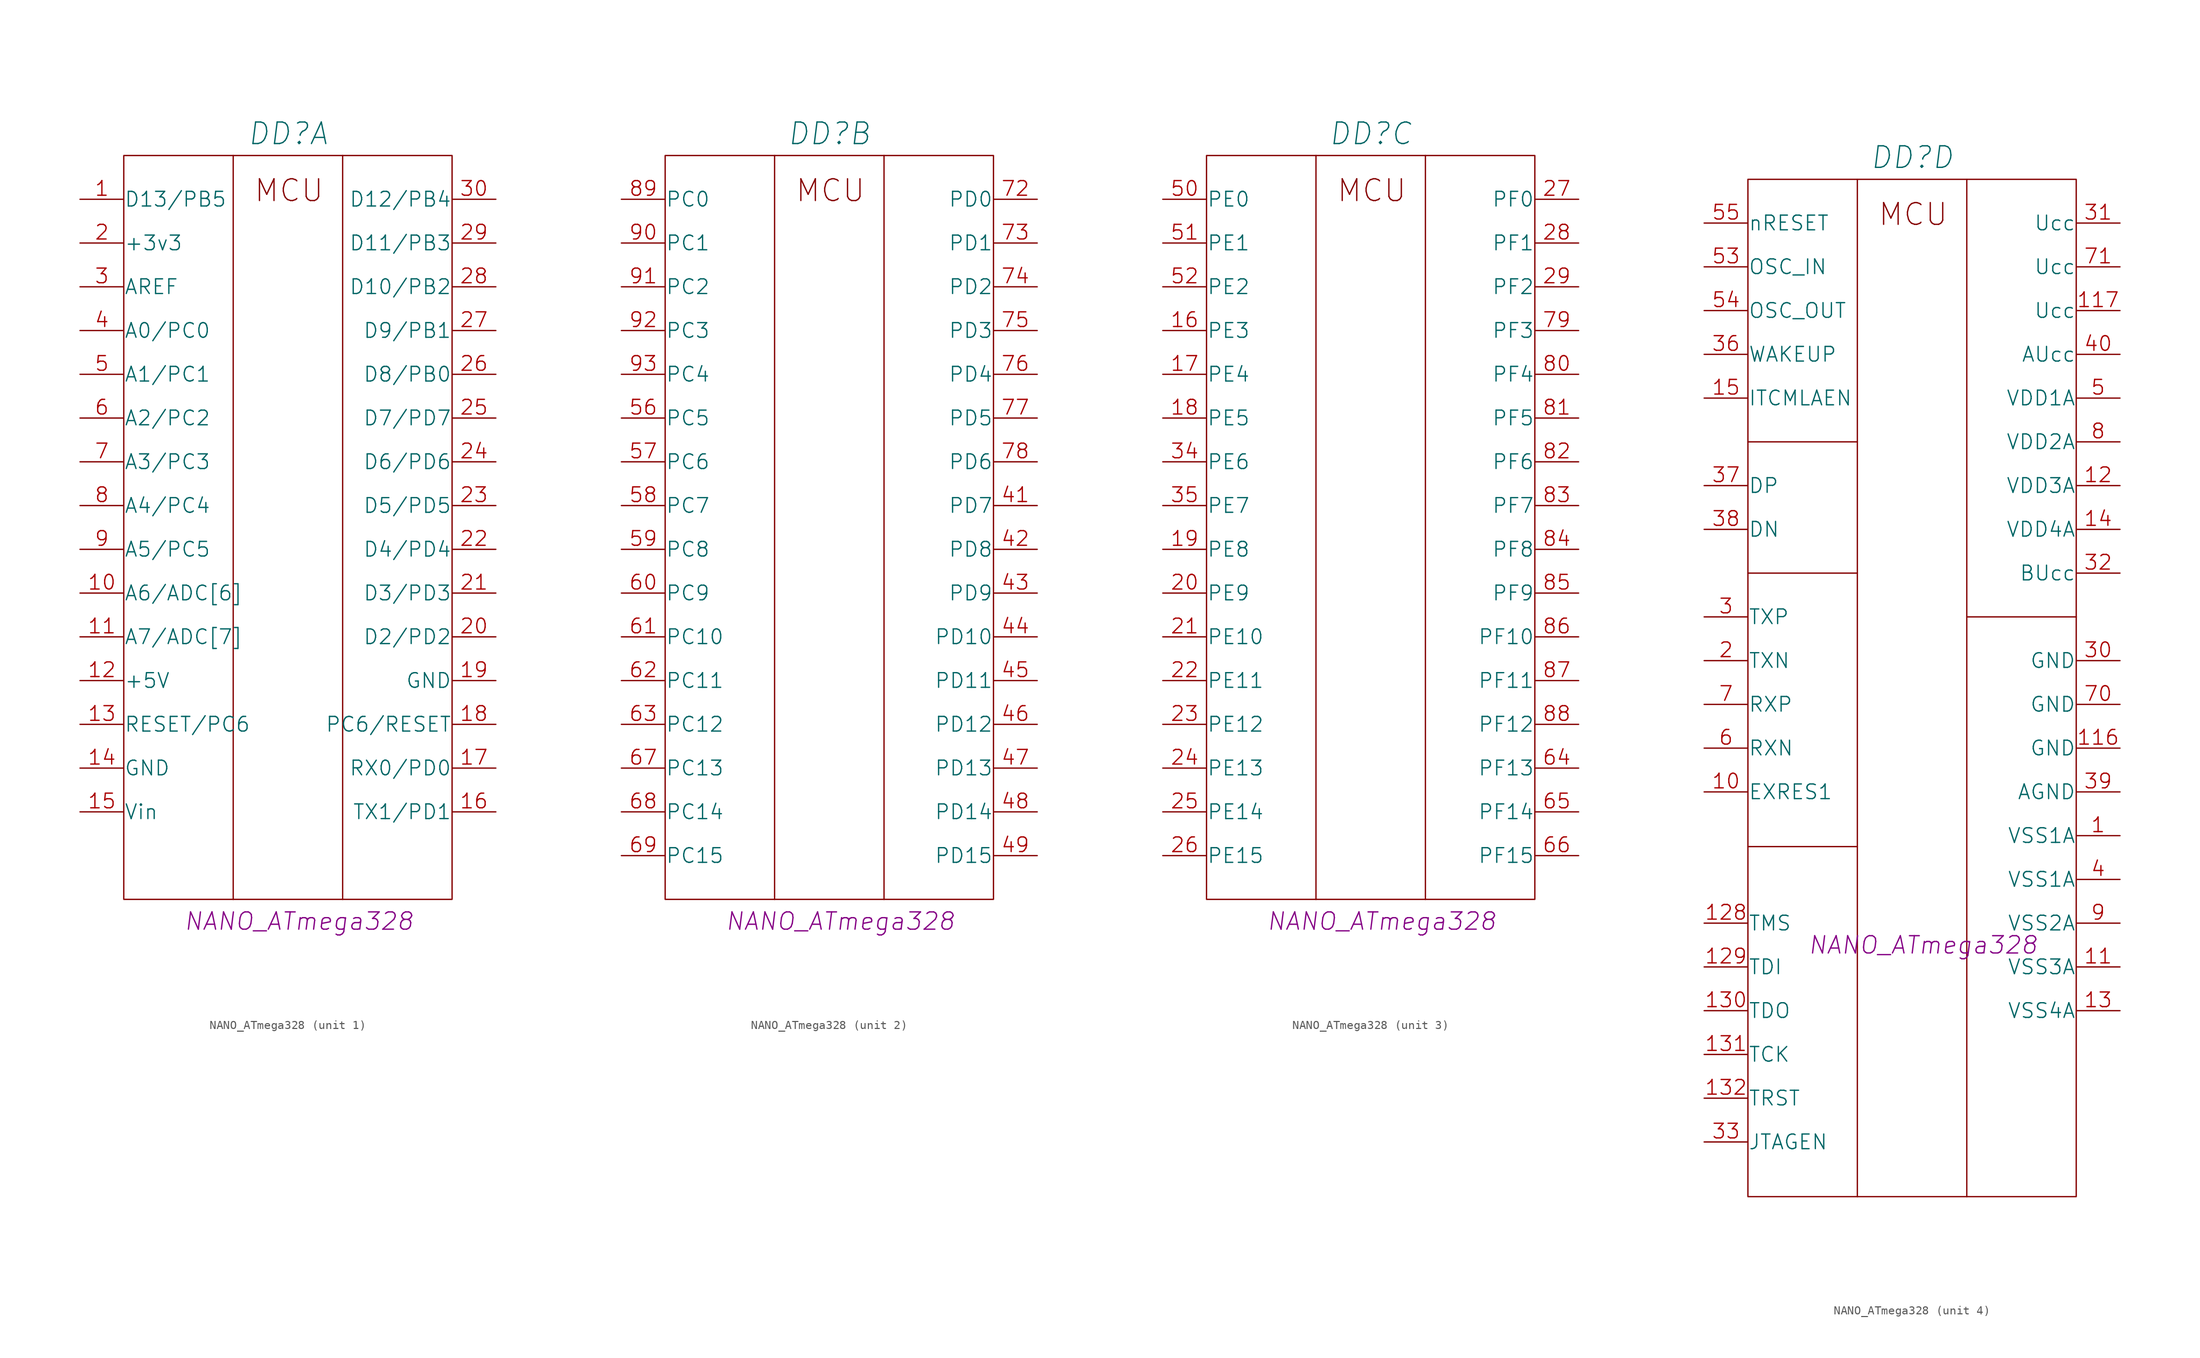
<source format=kicad_sym>
(kicad_symbol_lib
  (version 20201005)
  (generator kicad_symbol_editor)
  (symbol "power_modules:NANO_ATmega328"
    (pin_names
      (offset 0.025))
    (property "Reference" "DD"
      (at 24.13 7.62 0)
      (effects (font (size 2.501 2.501) italic)))
    (property "ValueName" "NANO_ATmega328"
      (at 25.4 -83.82 0)
      (effects (font (size 2.007 2.007) italic)))
    (property "ki_locked" ""
      (at 0 0 0)
      (effects (font (size 1.27 1.27))))
    (symbol "NANO_ATmega328_0_0"
      (text "MCU" (at 24.257 1.016 0) (effects (font (size 2.527 2.527)))))
    (symbol "NANO_ATmega328_1_1"
      (rectangle (start 5.08 -81.28) (end 43.18 5.08) (stroke (width 0)) (fill (type none)))
      (polyline (pts (xy 30.48 5.08) (xy 30.48 -81.28)) (stroke (width 0)) (fill (type none)))
      (polyline (pts (xy 17.78 5.08) (xy 17.78 -17.78) (xy 17.78 -74.93) (xy 17.78 -81.28)) (stroke (width 0)) (fill (type none)))
      (pin bidirectional line (at 48.26 -45.72 180) (length 5.08) (name "D3/PD3" (effects (font (size 1.702 1.702)))) (number "21" (effects (font (size 1.702 1.702)))))
      (pin bidirectional line (at 48.26 -40.64 180) (length 5.08) (name "D4/PD4" (effects (font (size 1.702 1.702)))) (number "22" (effects (font (size 1.702 1.702)))))
      (pin bidirectional line (at 48.26 -35.56 180) (length 5.08) (name "D5/PD5" (effects (font (size 1.702 1.702)))) (number "23" (effects (font (size 1.702 1.702)))))
      (pin bidirectional line (at 48.26 -30.48 180) (length 5.08) (name "D6/PD6" (effects (font (size 1.702 1.702)))) (number "24" (effects (font (size 1.702 1.702)))))
      (pin bidirectional line (at 48.26 -25.4 180) (length 5.08) (name "D7/PD7" (effects (font (size 1.702 1.702)))) (number "25" (effects (font (size 1.702 1.702)))))
      (pin bidirectional line (at 48.26 -20.32 180) (length 5.08) (name "D8/PB0" (effects (font (size 1.702 1.702)))) (number "26" (effects (font (size 1.702 1.702)))))
      (pin bidirectional line (at 48.26 -15.24 180) (length 5.08) (name "D9/PB1" (effects (font (size 1.702 1.702)))) (number "27" (effects (font (size 1.702 1.702)))))
      (pin bidirectional line (at 48.26 -10.16 180) (length 5.08) (name "D10/PB2" (effects (font (size 1.702 1.702)))) (number "28" (effects (font (size 1.702 1.702)))))
      (pin bidirectional line (at 48.26 -5.08 180) (length 5.08) (name "D11/PB3" (effects (font (size 1.702 1.702)))) (number "29" (effects (font (size 1.702 1.702)))))
      (pin bidirectional line (at 48.26 0 180) (length 5.08) (name "D12/PB4" (effects (font (size 1.702 1.702)))) (number "30" (effects (font (size 1.702 1.702)))))
      (pin bidirectional line (at 0 -71.12 0) (length 5.08) (name "Vin" (effects (font (size 1.702 1.702)))) (number "15" (effects (font (size 1.702 1.702)))))
      (pin bidirectional line (at 0 -66.04 0) (length 5.08) (name "GND" (effects (font (size 1.702 1.702)))) (number "14" (effects (font (size 1.702 1.702)))))
      (pin bidirectional line (at 0 -60.96 0) (length 5.08) (name "RESET/PC6" (effects (font (size 1.702 1.702)))) (number "13" (effects (font (size 1.702 1.702)))))
      (pin bidirectional line (at 0 -55.88 0) (length 5.08) (name "+5V" (effects (font (size 1.702 1.702)))) (number "12" (effects (font (size 1.702 1.702)))))
      (pin bidirectional line (at 0 -50.8 0) (length 5.08) (name "A7/ADC[7]" (effects (font (size 1.702 1.702)))) (number "11" (effects (font (size 1.702 1.702)))))
      (pin bidirectional line (at 0 -45.72 0) (length 5.08) (name "A6/ADC[6]" (effects (font (size 1.702 1.702)))) (number "10" (effects (font (size 1.702 1.702)))))
      (pin bidirectional line (at 0 -40.64 0) (length 5.08) (name "A5/PC5" (effects (font (size 1.702 1.702)))) (number "9" (effects (font (size 1.702 1.702)))))
      (pin bidirectional line (at 0 -35.56 0) (length 5.08) (name "A4/PC4" (effects (font (size 1.702 1.702)))) (number "8" (effects (font (size 1.702 1.702)))))
      (pin bidirectional line (at 0 -30.48 0) (length 5.08) (name "A3/PC3" (effects (font (size 1.702 1.702)))) (number "7" (effects (font (size 1.702 1.702)))))
      (pin bidirectional line (at 0 -25.4 0) (length 5.08) (name "A2/PC2" (effects (font (size 1.702 1.702)))) (number "6" (effects (font (size 1.702 1.702)))))
      (pin bidirectional line (at 0 -20.32 0) (length 5.08) (name "A1/PC1" (effects (font (size 1.702 1.702)))) (number "5" (effects (font (size 1.702 1.702)))))
      (pin bidirectional line (at 0 -15.24 0) (length 5.08) (name "A0/PC0" (effects (font (size 1.702 1.702)))) (number "4" (effects (font (size 1.702 1.702)))))
      (pin bidirectional line (at 0 -10.16 0) (length 5.08) (name "AREF" (effects (font (size 1.702 1.702)))) (number "3" (effects (font (size 1.702 1.702)))))
      (pin bidirectional line (at 0 -5.08 0) (length 5.08) (name "+3v3" (effects (font (size 1.702 1.702)))) (number "2" (effects (font (size 1.702 1.702)))))
      (pin bidirectional line (at 0 0 0) (length 5.08) (name "D13/PB5" (effects (font (size 1.702 1.702)))) (number "1" (effects (font (size 1.702 1.702)))))
      (pin bidirectional line (at 48.26 -71.12 180) (length 5.08) (name "TX1/PD1" (effects (font (size 1.702 1.702)))) (number "16" (effects (font (size 1.702 1.702)))))
      (pin bidirectional line (at 48.26 -66.04 180) (length 5.08) (name "RX0/PD0" (effects (font (size 1.702 1.702)))) (number "17" (effects (font (size 1.702 1.702)))))
      (pin bidirectional line (at 48.26 -60.96 180) (length 5.08) (name "PC6/RESET" (effects (font (size 1.702 1.702)))) (number "18" (effects (font (size 1.702 1.702)))))
      (pin bidirectional line (at 48.26 -55.88 180) (length 5.08) (name "GND" (effects (font (size 1.702 1.702)))) (number "19" (effects (font (size 1.702 1.702)))))
      (pin bidirectional line (at 48.26 -50.8 180) (length 5.08) (name "D2/PD2" (effects (font (size 1.702 1.702)))) (number "20" (effects (font (size 1.702 1.702))))))
    (symbol "NANO_ATmega328_2_1"
      (rectangle (start 5.08 -81.28) (end 43.18 5.08) (stroke (width 0)) (fill (type none)))
      (polyline (pts (xy 30.48 5.08) (xy 30.48 -81.28)) (stroke (width 0)) (fill (type none)))
      (polyline (pts (xy 17.78 5.08) (xy 17.78 -74.93) (xy 17.78 -81.28)) (stroke (width 0)) (fill (type none)))
      (pin bidirectional line (at 48.26 -35.56 180) (length 5.08) (name "PD7" (effects (font (size 1.702 1.702)))) (number "41" (effects (font (size 1.702 1.702)))))
      (pin bidirectional line (at 48.26 -40.64 180) (length 5.08) (name "PD8" (effects (font (size 1.702 1.702)))) (number "42" (effects (font (size 1.702 1.702)))))
      (pin bidirectional line (at 48.26 -45.72 180) (length 5.08) (name "PD9" (effects (font (size 1.702 1.702)))) (number "43" (effects (font (size 1.702 1.702)))))
      (pin bidirectional line (at 48.26 -50.8 180) (length 5.08) (name "PD10" (effects (font (size 1.702 1.702)))) (number "44" (effects (font (size 1.702 1.702)))))
      (pin bidirectional line (at 48.26 -55.88 180) (length 5.08) (name "PD11" (effects (font (size 1.702 1.702)))) (number "45" (effects (font (size 1.702 1.702)))))
      (pin bidirectional line (at 48.26 -60.96 180) (length 5.08) (name "PD12" (effects (font (size 1.702 1.702)))) (number "46" (effects (font (size 1.702 1.702)))))
      (pin bidirectional line (at 48.26 -66.04 180) (length 5.08) (name "PD13" (effects (font (size 1.702 1.702)))) (number "47" (effects (font (size 1.702 1.702)))))
      (pin bidirectional line (at 48.26 -71.12 180) (length 5.08) (name "PD14" (effects (font (size 1.702 1.702)))) (number "48" (effects (font (size 1.702 1.702)))))
      (pin bidirectional line (at 48.26 -76.2 180) (length 5.08) (name "PD15" (effects (font (size 1.702 1.702)))) (number "49" (effects (font (size 1.702 1.702)))))
      (pin bidirectional line (at 0 -25.4 0) (length 5.08) (name "PC5" (effects (font (size 1.702 1.702)))) (number "56" (effects (font (size 1.702 1.702)))))
      (pin bidirectional line (at 0 -30.48 0) (length 5.08) (name "PC6" (effects (font (size 1.702 1.702)))) (number "57" (effects (font (size 1.702 1.702)))))
      (pin bidirectional line (at 0 -35.56 0) (length 5.08) (name "PC7" (effects (font (size 1.702 1.702)))) (number "58" (effects (font (size 1.702 1.702)))))
      (pin bidirectional line (at 0 -40.64 0) (length 5.08) (name "PC8" (effects (font (size 1.702 1.702)))) (number "59" (effects (font (size 1.702 1.702)))))
      (pin bidirectional line (at 0 -45.72 0) (length 5.08) (name "PC9" (effects (font (size 1.702 1.702)))) (number "60" (effects (font (size 1.702 1.702)))))
      (pin bidirectional line (at 0 -50.8 0) (length 5.08) (name "PC10" (effects (font (size 1.702 1.702)))) (number "61" (effects (font (size 1.702 1.702)))))
      (pin bidirectional line (at 0 -55.88 0) (length 5.08) (name "PC11" (effects (font (size 1.702 1.702)))) (number "62" (effects (font (size 1.702 1.702)))))
      (pin bidirectional line (at 0 -60.96 0) (length 5.08) (name "PC12" (effects (font (size 1.702 1.702)))) (number "63" (effects (font (size 1.702 1.702)))))
      (pin bidirectional line (at 0 -66.04 0) (length 5.08) (name "PC13" (effects (font (size 1.702 1.702)))) (number "67" (effects (font (size 1.702 1.702)))))
      (pin bidirectional line (at 0 -71.12 0) (length 5.08) (name "PC14" (effects (font (size 1.702 1.702)))) (number "68" (effects (font (size 1.702 1.702)))))
      (pin bidirectional line (at 0 -76.2 0) (length 5.08) (name "PC15" (effects (font (size 1.702 1.702)))) (number "69" (effects (font (size 1.702 1.702)))))
      (pin bidirectional line (at 48.26 0 180) (length 5.08) (name "PD0" (effects (font (size 1.702 1.702)))) (number "72" (effects (font (size 1.702 1.702)))))
      (pin bidirectional line (at 48.26 -5.08 180) (length 5.08) (name "PD1" (effects (font (size 1.702 1.702)))) (number "73" (effects (font (size 1.702 1.702)))))
      (pin bidirectional line (at 48.26 -10.16 180) (length 5.08) (name "PD2" (effects (font (size 1.702 1.702)))) (number "74" (effects (font (size 1.702 1.702)))))
      (pin bidirectional line (at 48.26 -15.24 180) (length 5.08) (name "PD3" (effects (font (size 1.702 1.702)))) (number "75" (effects (font (size 1.702 1.702)))))
      (pin bidirectional line (at 48.26 -20.32 180) (length 5.08) (name "PD4" (effects (font (size 1.702 1.702)))) (number "76" (effects (font (size 1.702 1.702)))))
      (pin bidirectional line (at 48.26 -25.4 180) (length 5.08) (name "PD5" (effects (font (size 1.702 1.702)))) (number "77" (effects (font (size 1.702 1.702)))))
      (pin bidirectional line (at 48.26 -30.48 180) (length 5.08) (name "PD6" (effects (font (size 1.702 1.702)))) (number "78" (effects (font (size 1.702 1.702)))))
      (pin bidirectional line (at 0 0 0) (length 5.08) (name "PC0" (effects (font (size 1.702 1.702)))) (number "89" (effects (font (size 1.702 1.702)))))
      (pin bidirectional line (at 0 -5.08 0) (length 5.08) (name "PC1" (effects (font (size 1.702 1.702)))) (number "90" (effects (font (size 1.702 1.702)))))
      (pin bidirectional line (at 0 -10.16 0) (length 5.08) (name "PC2" (effects (font (size 1.702 1.702)))) (number "91" (effects (font (size 1.702 1.702)))))
      (pin bidirectional line (at 0 -15.24 0) (length 5.08) (name "PC3" (effects (font (size 1.702 1.702)))) (number "92" (effects (font (size 1.702 1.702)))))
      (pin bidirectional line (at 0 -20.32 0) (length 5.08) (name "PC4" (effects (font (size 1.702 1.702)))) (number "93" (effects (font (size 1.702 1.702))))))
    (symbol "NANO_ATmega328_3_1"
      (rectangle (start 5.08 -81.28) (end 43.18 5.08) (stroke (width 0)) (fill (type none)))
      (polyline (pts (xy 30.48 5.08) (xy 30.48 -81.28)) (stroke (width 0)) (fill (type none)))
      (polyline (pts (xy 17.78 5.08) (xy 17.78 -55.88) (xy 17.78 -81.28)) (stroke (width 0)) (fill (type none)))
      (pin bidirectional line (at 0 -15.24 0) (length 5.08) (name "PE3" (effects (font (size 1.702 1.702)))) (number "16" (effects (font (size 1.702 1.702)))))
      (pin bidirectional line (at 0 -20.32 0) (length 5.08) (name "PE4" (effects (font (size 1.702 1.702)))) (number "17" (effects (font (size 1.702 1.702)))))
      (pin bidirectional line (at 0 -25.4 0) (length 5.08) (name "PE5" (effects (font (size 1.702 1.702)))) (number "18" (effects (font (size 1.702 1.702)))))
      (pin bidirectional line (at 0 -40.64 0) (length 5.08) (name "PE8" (effects (font (size 1.702 1.702)))) (number "19" (effects (font (size 1.702 1.702)))))
      (pin bidirectional line (at 0 -45.72 0) (length 5.08) (name "PE9" (effects (font (size 1.702 1.702)))) (number "20" (effects (font (size 1.702 1.702)))))
      (pin bidirectional line (at 0 -50.8 0) (length 5.08) (name "PE10" (effects (font (size 1.702 1.702)))) (number "21" (effects (font (size 1.702 1.702)))))
      (pin bidirectional line (at 0 -55.88 0) (length 5.08) (name "PE11" (effects (font (size 1.702 1.702)))) (number "22" (effects (font (size 1.702 1.702)))))
      (pin bidirectional line (at 0 -60.96 0) (length 5.08) (name "PE12" (effects (font (size 1.702 1.702)))) (number "23" (effects (font (size 1.702 1.702)))))
      (pin bidirectional line (at 0 -66.04 0) (length 5.08) (name "PE13" (effects (font (size 1.702 1.702)))) (number "24" (effects (font (size 1.702 1.702)))))
      (pin bidirectional line (at 0 -71.12 0) (length 5.08) (name "PE14" (effects (font (size 1.702 1.702)))) (number "25" (effects (font (size 1.702 1.702)))))
      (pin bidirectional line (at 0 -76.2 0) (length 5.08) (name "PE15" (effects (font (size 1.702 1.702)))) (number "26" (effects (font (size 1.702 1.702)))))
      (pin bidirectional line (at 48.26 0 180) (length 5.08) (name "PF0" (effects (font (size 1.702 1.702)))) (number "27" (effects (font (size 1.702 1.702)))))
      (pin bidirectional line (at 48.26 -5.08 180) (length 5.08) (name "PF1" (effects (font (size 1.702 1.702)))) (number "28" (effects (font (size 1.702 1.702)))))
      (pin bidirectional line (at 48.26 -10.16 180) (length 5.08) (name "PF2" (effects (font (size 1.702 1.702)))) (number "29" (effects (font (size 1.702 1.702)))))
      (pin bidirectional line (at 0 -30.48 0) (length 5.08) (name "PE6" (effects (font (size 1.702 1.702)))) (number "34" (effects (font (size 1.702 1.702)))))
      (pin bidirectional line (at 0 -35.56 0) (length 5.08) (name "PE7" (effects (font (size 1.702 1.702)))) (number "35" (effects (font (size 1.702 1.702)))))
      (pin bidirectional line (at 0 0 0) (length 5.08) (name "PE0" (effects (font (size 1.702 1.702)))) (number "50" (effects (font (size 1.702 1.702)))))
      (pin bidirectional line (at 0 -5.08 0) (length 5.08) (name "PE1" (effects (font (size 1.702 1.702)))) (number "51" (effects (font (size 1.702 1.702)))))
      (pin bidirectional line (at 0 -10.16 0) (length 5.08) (name "PE2" (effects (font (size 1.702 1.702)))) (number "52" (effects (font (size 1.702 1.702)))))
      (pin bidirectional line (at 48.26 -66.04 180) (length 5.08) (name "PF13" (effects (font (size 1.702 1.702)))) (number "64" (effects (font (size 1.702 1.702)))))
      (pin bidirectional line (at 48.26 -71.12 180) (length 5.08) (name "PF14" (effects (font (size 1.702 1.702)))) (number "65" (effects (font (size 1.702 1.702)))))
      (pin bidirectional line (at 48.26 -76.2 180) (length 5.08) (name "PF15" (effects (font (size 1.702 1.702)))) (number "66" (effects (font (size 1.702 1.702)))))
      (pin bidirectional line (at 48.26 -15.24 180) (length 5.08) (name "PF3" (effects (font (size 1.702 1.702)))) (number "79" (effects (font (size 1.702 1.702)))))
      (pin bidirectional line (at 48.26 -20.32 180) (length 5.08) (name "PF4" (effects (font (size 1.702 1.702)))) (number "80" (effects (font (size 1.702 1.702)))))
      (pin bidirectional line (at 48.26 -25.4 180) (length 5.08) (name "PF5" (effects (font (size 1.702 1.702)))) (number "81" (effects (font (size 1.702 1.702)))))
      (pin bidirectional line (at 48.26 -30.48 180) (length 5.08) (name "PF6" (effects (font (size 1.702 1.702)))) (number "82" (effects (font (size 1.702 1.702)))))
      (pin bidirectional line (at 48.26 -35.56 180) (length 5.08) (name "PF7" (effects (font (size 1.702 1.702)))) (number "83" (effects (font (size 1.702 1.702)))))
      (pin bidirectional line (at 48.26 -40.64 180) (length 5.08) (name "PF8" (effects (font (size 1.702 1.702)))) (number "84" (effects (font (size 1.702 1.702)))))
      (pin bidirectional line (at 48.26 -45.72 180) (length 5.08) (name "PF9" (effects (font (size 1.702 1.702)))) (number "85" (effects (font (size 1.702 1.702)))))
      (pin bidirectional line (at 48.26 -50.8 180) (length 5.08) (name "PF10" (effects (font (size 1.702 1.702)))) (number "86" (effects (font (size 1.702 1.702)))))
      (pin bidirectional line (at 48.26 -55.88 180) (length 5.08) (name "PF11" (effects (font (size 1.702 1.702)))) (number "87" (effects (font (size 1.702 1.702)))))
      (pin bidirectional line (at 48.26 -60.96 180) (length 5.08) (name "PF12" (effects (font (size 1.702 1.702)))) (number "88" (effects (font (size 1.702 1.702))))))
    (symbol "NANO_ATmega328_4_1"
      (rectangle (start 5.08 -113.03) (end 43.18 5.08) (stroke (width 0)) (fill (type none)))
      (polyline (pts (xy 5.08 -72.39) (xy 17.78 -72.39)) (stroke (width 0)) (fill (type none)))
      (polyline (pts (xy 5.08 -40.64) (xy 17.78 -40.64)) (stroke (width 0)) (fill (type none)))
      (polyline (pts (xy 5.08 -25.4) (xy 17.78 -25.4)) (stroke (width 0)) (fill (type none)))
      (polyline (pts (xy 30.48 -45.72) (xy 43.18 -45.72)) (stroke (width 0)) (fill (type none)))
      (polyline (pts (xy 30.48 5.08) (xy 30.48 -113.03)) (stroke (width 0)) (fill (type none)))
      (polyline (pts (xy 17.78 5.08) (xy 17.78 -67.31) (xy 17.78 -113.03)) (stroke (width 0)) (fill (type none)))
      (pin power_in line (at 48.26 -71.12 180) (length 5.08) (name "VSS1A" (effects (font (size 1.702 1.702)))) (number "1" (effects (font (size 1.702 1.702)))))
      (pin bidirectional line (at 0 -66.04 0) (length 5.08) (name "EXRES1" (effects (font (size 1.702 1.702)))) (number "10" (effects (font (size 1.702 1.702)))))
      (pin power_in line (at 48.26 -86.36 180) (length 5.08) (name "VSS3A" (effects (font (size 1.702 1.702)))) (number "11" (effects (font (size 1.702 1.702)))))
      (pin power_in line (at 48.26 -60.96 180) (length 5.08) (name "GND" (effects (font (size 1.702 1.702)))) (number "116" (effects (font (size 1.702 1.702)))))
      (pin power_in line (at 48.26 -10.16 180) (length 5.08) (name "Ucc" (effects (font (size 1.702 1.702)))) (number "117" (effects (font (size 1.702 1.702)))))
      (pin power_in line (at 48.26 -30.48 180) (length 5.08) (name "VDD3A" (effects (font (size 1.702 1.702)))) (number "12" (effects (font (size 1.702 1.702)))))
      (pin bidirectional line (at 0 -81.28 0) (length 5.08) (name "TMS" (effects (font (size 1.702 1.702)))) (number "128" (effects (font (size 1.702 1.702)))))
      (pin bidirectional line (at 0 -86.36 0) (length 5.08) (name "TDI" (effects (font (size 1.702 1.702)))) (number "129" (effects (font (size 1.702 1.702)))))
      (pin power_out line (at 48.26 -91.44 180) (length 5.08) (name "VSS4A" (effects (font (size 1.702 1.702)))) (number "13" (effects (font (size 1.702 1.702)))))
      (pin bidirectional line (at 0 -91.44 0) (length 5.08) (name "TDO" (effects (font (size 1.702 1.702)))) (number "130" (effects (font (size 1.702 1.702)))))
      (pin bidirectional line (at 0 -96.52 0) (length 5.08) (name "TCK" (effects (font (size 1.702 1.702)))) (number "131" (effects (font (size 1.702 1.702)))))
      (pin bidirectional line (at 0 -101.6 0) (length 5.08) (name "TRST" (effects (font (size 1.702 1.702)))) (number "132" (effects (font (size 1.702 1.702)))))
      (pin power_in line (at 48.26 -35.56 180) (length 5.08) (name "VDD4A" (effects (font (size 1.702 1.702)))) (number "14" (effects (font (size 1.702 1.702)))))
      (pin bidirectional line (at 0 -20.32 0) (length 5.08) (name "ITCMLAEN" (effects (font (size 1.702 1.702)))) (number "15" (effects (font (size 1.702 1.702)))))
      (pin bidirectional line (at 0 -50.8 0) (length 5.08) (name "TXN" (effects (font (size 1.702 1.702)))) (number "2" (effects (font (size 1.702 1.702)))))
      (pin bidirectional line (at 0 -45.72 0) (length 5.08) (name "TXP" (effects (font (size 1.702 1.702)))) (number "3" (effects (font (size 1.702 1.702)))))
      (pin power_in line (at 48.26 -50.8 180) (length 5.08) (name "GND" (effects (font (size 1.702 1.702)))) (number "30" (effects (font (size 1.702 1.702)))))
      (pin power_in line (at 48.26 0 180) (length 5.08) (name "Ucc" (effects (font (size 1.702 1.702)))) (number "31" (effects (font (size 1.702 1.702)))))
      (pin power_in line (at 48.26 -40.64 180) (length 5.08) (name "BUcc" (effects (font (size 1.702 1.702)))) (number "32" (effects (font (size 1.702 1.702)))))
      (pin bidirectional line (at 0 -106.68 0) (length 5.08) (name "JTAGEN" (effects (font (size 1.702 1.702)))) (number "33" (effects (font (size 1.702 1.702)))))
      (pin bidirectional line (at 0 -15.24 0) (length 5.08) (name "WAKEUP" (effects (font (size 1.702 1.702)))) (number "36" (effects (font (size 1.702 1.702)))))
      (pin bidirectional line (at 0 -30.48 0) (length 5.08) (name "DP" (effects (font (size 1.702 1.702)))) (number "37" (effects (font (size 1.702 1.702)))))
      (pin bidirectional line (at 0 -35.56 0) (length 5.08) (name "DN" (effects (font (size 1.702 1.702)))) (number "38" (effects (font (size 1.702 1.702)))))
      (pin power_in line (at 48.26 -66.04 180) (length 5.08) (name "AGND" (effects (font (size 1.702 1.702)))) (number "39" (effects (font (size 1.702 1.702)))))
      (pin power_in line (at 48.26 -76.2 180) (length 5.08) (name "VSS1A" (effects (font (size 1.702 1.702)))) (number "4" (effects (font (size 1.702 1.702)))))
      (pin power_in line (at 48.26 -15.24 180) (length 5.08) (name "AUcc" (effects (font (size 1.702 1.702)))) (number "40" (effects (font (size 1.702 1.702)))))
      (pin power_in line (at 48.26 -20.32 180) (length 5.08) (name "VDD1A" (effects (font (size 1.702 1.702)))) (number "5" (effects (font (size 1.702 1.702)))))
      (pin bidirectional line (at 0 -5.08 0) (length 5.08) (name "OSC_IN" (effects (font (size 1.702 1.702)))) (number "53" (effects (font (size 1.702 1.702)))))
      (pin bidirectional line (at 0 -10.16 0) (length 5.08) (name "OSC_OUT" (effects (font (size 1.702 1.702)))) (number "54" (effects (font (size 1.702 1.702)))))
      (pin bidirectional line (at 0 0 0) (length 5.08) (name "nRESET" (effects (font (size 1.702 1.702)))) (number "55" (effects (font (size 1.702 1.702)))))
      (pin bidirectional line (at 0 -60.96 0) (length 5.08) (name "RXN" (effects (font (size 1.702 1.702)))) (number "6" (effects (font (size 1.702 1.702)))))
      (pin bidirectional line (at 0 -55.88 0) (length 5.08) (name "RXP" (effects (font (size 1.702 1.702)))) (number "7" (effects (font (size 1.702 1.702)))))
      (pin power_in line (at 48.26 -55.88 180) (length 5.08) (name "GND" (effects (font (size 1.702 1.702)))) (number "70" (effects (font (size 1.702 1.702)))))
      (pin power_in line (at 48.26 -5.08 180) (length 5.08) (name "Ucc" (effects (font (size 1.702 1.702)))) (number "71" (effects (font (size 1.702 1.702)))))
      (pin power_in line (at 48.26 -25.4 180) (length 5.08) (name "VDD2A" (effects (font (size 1.702 1.702)))) (number "8" (effects (font (size 1.702 1.702)))))
      (pin power_in line (at 48.26 -81.28 180) (length 5.08) (name "VSS2A" (effects (font (size 1.702 1.702)))) (number "9" (effects (font (size 1.702 1.702))))))))
</source>
